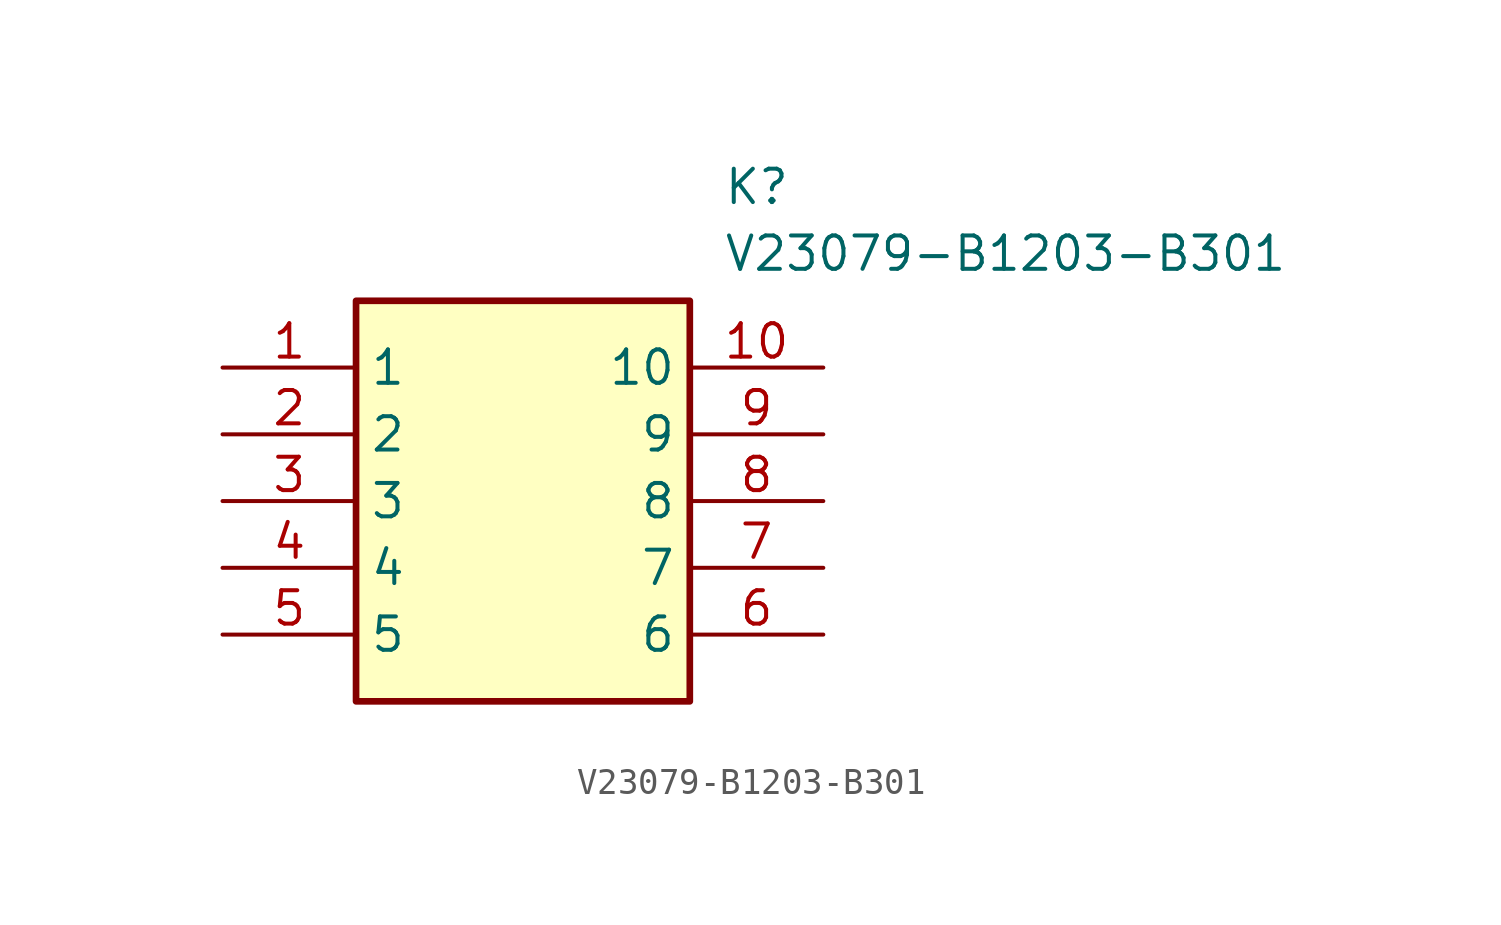
<source format=kicad_sym>
(kicad_symbol_lib
  (version 20211014)
  (generator SamacSys_ECAD_Model)
  (symbol "V23079-B1203-B301"
    (property "Reference" "K"
      (at 19.05 7.62 0)
      (effects (font (size 1.27 1.27)) (justify left top)))
    (property "Value" "V23079-B1203-B301"
      (at 19.05 5.08 0)
      (effects (font (size 1.27 1.27)) (justify left top)))
    (rectangle
      (start 5.08 2.54)
      (end 17.78 -12.7)
      (stroke (width 0.254) (type default))
      (fill (type background)))
    (pin passive line
      (at 0 0 0)
      (length 5.08)
      (name "1" (effects (font (size 1.27 1.27))))
      (number "1" (effects (font (size 1.27 1.27)))))
    (pin passive line
      (at 0 -2.54 0)
      (length 5.08)
      (name "2" (effects (font (size 1.27 1.27))))
      (number "2" (effects (font (size 1.27 1.27)))))
    (pin passive line
      (at 0 -5.08 0)
      (length 5.08)
      (name "3" (effects (font (size 1.27 1.27))))
      (number "3" (effects (font (size 1.27 1.27)))))
    (pin passive line
      (at 0 -7.62 0)
      (length 5.08)
      (name "4" (effects (font (size 1.27 1.27))))
      (number "4" (effects (font (size 1.27 1.27)))))
    (pin passive line
      (at 0 -10.16 0)
      (length 5.08)
      (name "5" (effects (font (size 1.27 1.27))))
      (number "5" (effects (font (size 1.27 1.27)))))
    (pin passive line
      (at 22.86 -10.16 180)
      (length 5.08)
      (name "6" (effects (font (size 1.27 1.27))))
      (number "6" (effects (font (size 1.27 1.27)))))
    (pin passive line
      (at 22.86 -7.62 180)
      (length 5.08)
      (name "7" (effects (font (size 1.27 1.27))))
      (number "7" (effects (font (size 1.27 1.27)))))
    (pin passive line
      (at 22.86 -5.08 180)
      (length 5.08)
      (name "8" (effects (font (size 1.27 1.27))))
      (number "8" (effects (font (size 1.27 1.27)))))
    (pin passive line
      (at 22.86 -2.54 180)
      (length 5.08)
      (name "9" (effects (font (size 1.27 1.27))))
      (number "9" (effects (font (size 1.27 1.27)))))
    (pin passive line
      (at 22.86 0 180)
      (length 5.08)
      (name "10" (effects (font (size 1.27 1.27))))
      (number "10" (effects (font (size 1.27 1.27)))))))
</source>
